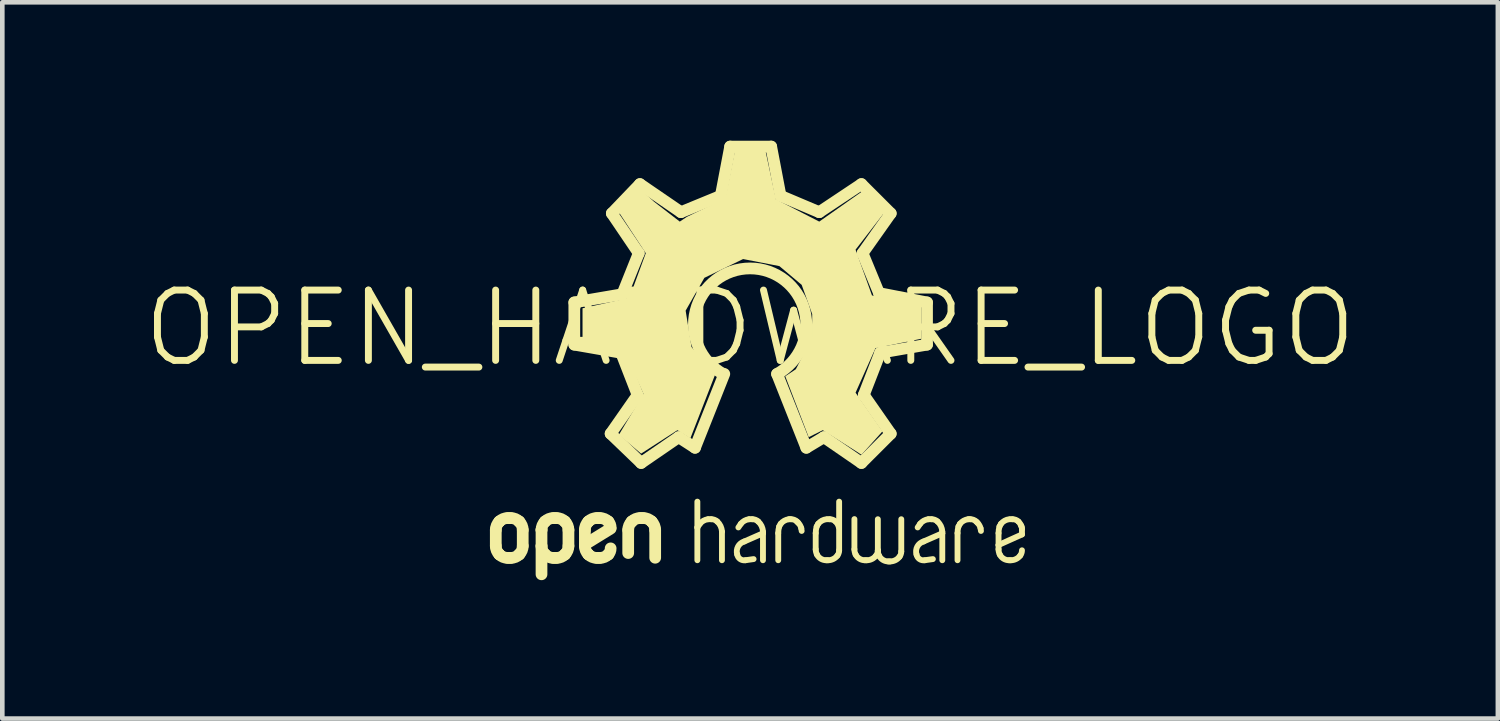
<source format=kicad_pcb>
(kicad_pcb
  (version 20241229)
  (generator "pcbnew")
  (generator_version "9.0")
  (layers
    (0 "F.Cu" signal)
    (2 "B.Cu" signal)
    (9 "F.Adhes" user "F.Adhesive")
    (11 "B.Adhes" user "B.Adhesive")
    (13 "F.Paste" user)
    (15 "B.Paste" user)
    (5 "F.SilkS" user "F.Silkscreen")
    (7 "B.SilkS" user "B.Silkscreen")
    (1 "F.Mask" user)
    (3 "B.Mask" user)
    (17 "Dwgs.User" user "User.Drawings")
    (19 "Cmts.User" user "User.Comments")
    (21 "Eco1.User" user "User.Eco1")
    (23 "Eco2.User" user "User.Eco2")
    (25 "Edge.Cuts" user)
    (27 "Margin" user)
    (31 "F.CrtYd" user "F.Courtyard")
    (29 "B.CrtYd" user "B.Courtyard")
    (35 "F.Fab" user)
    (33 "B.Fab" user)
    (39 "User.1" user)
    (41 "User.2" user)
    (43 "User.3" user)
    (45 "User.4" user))
  (footprint "OPEN_HARDWARE_LOGO"
    (layer "F.Cu")
    (at 13.208 4.064)
    (property "Reference" "OPEN_HARDWARE_LOGO" (at 0 0 0) (layer "F.SilkS") (effects (font (size 1.524 1.524) (thickness 0.15))))
    (attr through_hole)
    (fp_line (start -5.512 4.721) (end -5.512 4.372) (stroke (width 0.254) (type solid)) (layer "F.SilkS"))
    (fp_line (start -5.437 4.193) (end -5.434 4.189) (stroke (width 0.254) (type solid)) (layer "F.SilkS"))
    (fp_line (start -5.434 4.904) (end -5.437 4.9) (stroke (width 0.254) (type solid)) (layer "F.SilkS"))
    (fp_line (start -5.254 4.115) (end -5.185 4.115) (stroke (width 0.254) (type solid)) (layer "F.SilkS"))
    (fp_line (start -5.185 4.978) (end -5.254 4.978) (stroke (width 0.254) (type solid)) (layer "F.SilkS"))
    (fp_line (start -5.006 4.189) (end -5.002 4.193) (stroke (width 0.254) (type solid)) (layer "F.SilkS"))
    (fp_line (start -5.002 4.9) (end -5.006 4.904) (stroke (width 0.254) (type solid)) (layer "F.SilkS"))
    (fp_line (start -4.928 4.372) (end -4.928 4.721) (stroke (width 0.254) (type solid)) (layer "F.SilkS"))
    (fp_line (start -4.521 4.369) (end -4.521 4.372) (stroke (width 0.254) (type solid)) (layer "F.SilkS"))
    (fp_line (start -4.521 4.721) (end -4.521 4.372) (stroke (width 0.254) (type solid)) (layer "F.SilkS"))
    (fp_line (start -4.521 4.721) (end -4.521 5.334) (stroke (width 0.254) (type solid)) (layer "F.SilkS"))
    (fp_line (start -4.447 4.193) (end -4.443 4.189) (stroke (width 0.254) (type solid)) (layer "F.SilkS"))
    (fp_line (start -4.443 4.904) (end -4.447 4.9) (stroke (width 0.254) (type solid)) (layer "F.SilkS"))
    (fp_line (start -4.264 4.115) (end -4.195 4.115) (stroke (width 0.254) (type solid)) (layer "F.SilkS"))
    (fp_line (start -4.195 4.978) (end -4.264 4.978) (stroke (width 0.254) (type solid)) (layer "F.SilkS"))
    (fp_line (start -4.015 4.189) (end -4.011 4.193) (stroke (width 0.254) (type solid)) (layer "F.SilkS"))
    (fp_line (start -4.011 4.9) (end -4.015 4.904) (stroke (width 0.254) (type solid)) (layer "F.SilkS"))
    (fp_line (start -3.937 4.372) (end -3.937 4.721) (stroke (width 0.254) (type solid)) (layer "F.SilkS"))
    (fp_line (start -3.81 -0.559) (end -2.769 -0.737) (stroke (width 0.254) (type solid)) (layer "F.SilkS"))
    (fp_line (start -3.81 0.356) (end -3.81 -0.559) (stroke (width 0.254) (type solid)) (layer "F.SilkS"))
    (fp_line (start -3.581 4.721) (end -3.581 4.372) (stroke (width 0.254) (type solid)) (layer "F.SilkS"))
    (fp_line (start -3.507 4.193) (end -3.503 4.189) (stroke (width 0.254) (type solid)) (layer "F.SilkS"))
    (fp_line (start -3.503 4.904) (end -3.507 4.9) (stroke (width 0.254) (type solid)) (layer "F.SilkS"))
    (fp_line (start -3.324 4.115) (end -3.255 4.115) (stroke (width 0.254) (type solid)) (layer "F.SilkS"))
    (fp_line (start -3.255 4.978) (end -3.324 4.978) (stroke (width 0.254) (type solid)) (layer "F.SilkS"))
    (fp_line (start -3.075 4.189) (end -3.072 4.193) (stroke (width 0.254) (type solid)) (layer "F.SilkS"))
    (fp_line (start -3.072 4.9) (end -3.075 4.904) (stroke (width 0.254) (type solid)) (layer "F.SilkS"))
    (fp_line (start -3.023 2.286) (end -2.438 1.448) (stroke (width 0.254) (type solid)) (layer "F.SilkS"))
    (fp_line (start -3.023 4.343) (end -3.56 4.674) (stroke (width 0.254) (type solid)) (layer "F.SilkS"))
    (fp_line (start -2.997 -2.489) (end -2.388 -3.124) (stroke (width 0.254) (type solid)) (layer "F.SilkS"))
    (fp_line (start -2.794 0.533) (end -3.81 0.356) (stroke (width 0.254) (type solid)) (layer "F.SilkS"))
    (fp_line (start -2.769 -0.737) (end -2.413 -1.626) (stroke (width 0.254) (type solid)) (layer "F.SilkS"))
    (fp_line (start -2.642 4.873) (end -2.642 4.372) (stroke (width 0.254) (type solid)) (layer "F.SilkS"))
    (fp_line (start -2.567 4.193) (end -2.564 4.189) (stroke (width 0.254) (type solid)) (layer "F.SilkS"))
    (fp_line (start -2.438 1.448) (end -2.794 0.533) (stroke (width 0.254) (type solid)) (layer "F.SilkS"))
    (fp_line (start -2.413 -1.626) (end -2.997 -2.489) (stroke (width 0.254) (type solid)) (layer "F.SilkS"))
    (fp_line (start -2.388 -3.124) (end -1.499 -2.515) (stroke (width 0.254) (type solid)) (layer "F.SilkS"))
    (fp_line (start -2.384 4.115) (end -2.315 4.115) (stroke (width 0.254) (type solid)) (layer "F.SilkS"))
    (fp_line (start -2.362 2.921) (end -3.023 2.286) (stroke (width 0.254) (type solid)) (layer "F.SilkS"))
    (fp_line (start -2.135 4.189) (end -2.132 4.193) (stroke (width 0.254) (type solid)) (layer "F.SilkS"))
    (fp_line (start -2.057 4.372) (end -2.057 4.975) (stroke (width 0.254) (type solid)) (layer "F.SilkS"))
    (fp_line (start -1.549 2.362) (end -2.362 2.921) (stroke (width 0.254) (type solid)) (layer "F.SilkS"))
    (fp_line (start -1.499 -2.515) (end -0.635 -2.87) (stroke (width 0.254) (type solid)) (layer "F.SilkS"))
    (fp_line (start -1.194 2.591) (end -1.549 2.362) (stroke (width 0.254) (type solid)) (layer "F.SilkS"))
    (fp_line (start -1.143 4.318) (end -1.143 3.759) (stroke (width 0.127) (type solid)) (layer "F.SilkS"))
    (fp_line (start -1.143 5.029) (end -1.143 4.318) (stroke (width 0.127) (type solid)) (layer "F.SilkS"))
    (fp_line (start -1.09 4.24) (end -1.143 4.318) (stroke (width 0.127) (type solid)) (layer "F.SilkS"))
    (fp_line (start -0.842 4.14) (end -0.911 4.14) (stroke (width 0.127) (type solid)) (layer "F.SilkS"))
    (fp_line (start -0.635 -2.87) (end -0.432 -3.937) (stroke (width 0.254) (type solid)) (layer "F.SilkS"))
    (fp_line (start -0.61 5.029) (end -0.61 4.407) (stroke (width 0.127) (type solid)) (layer "F.SilkS"))
    (fp_line (start -0.559 0.991) (end -1.194 2.591) (stroke (width 0.254) (type solid)) (layer "F.SilkS"))
    (fp_line (start -0.432 -3.937) (end 0.457 -3.937) (stroke (width 0.254) (type solid)) (layer "F.SilkS"))
    (fp_line (start -0.201 4.24) (end -0.254 4.318) (stroke (width 0.127) (type solid)) (layer "F.SilkS"))
    (fp_line (start -0.127 4.623) (end 0.279 4.445) (stroke (width 0.127) (type solid)) (layer "F.SilkS"))
    (fp_line (start -0.102 5.029) (end 0.076 5.004) (stroke (width 0.127) (type solid)) (layer "F.SilkS"))
    (fp_line (start 0.047 4.14) (end -0.022 4.14) (stroke (width 0.127) (type solid)) (layer "F.SilkS"))
    (fp_line (start 0.279 4.445) (end 0.279 4.407) (stroke (width 0.127) (type solid)) (layer "F.SilkS"))
    (fp_line (start 0.279 5.029) (end 0.279 4.445) (stroke (width 0.127) (type solid)) (layer "F.SilkS"))
    (fp_line (start 0.457 -3.937) (end 0.66 -2.87) (stroke (width 0.254) (type solid)) (layer "F.SilkS"))
    (fp_line (start 0.61 4.442) (end 0.61 5.029) (stroke (width 0.127) (type solid)) (layer "F.SilkS"))
    (fp_line (start 0.66 -2.87) (end 1.499 -2.515) (stroke (width 0.254) (type solid)) (layer "F.SilkS"))
    (fp_line (start 0.662 4.24) (end 0.63 4.299) (stroke (width 0.127) (type solid)) (layer "F.SilkS"))
    (fp_line (start 0.885 4.14) (end 0.842 4.14) (stroke (width 0.127) (type solid)) (layer "F.SilkS"))
    (fp_line (start 1.016 4.191) (end 1.042 4.218) (stroke (width 0.127) (type solid)) (layer "F.SilkS"))
    (fp_line (start 1.109 4.336) (end 1.118 4.394) (stroke (width 0.127) (type solid)) (layer "F.SilkS"))
    (fp_line (start 1.219 2.591) (end 0.584 0.991) (stroke (width 0.254) (type solid)) (layer "F.SilkS"))
    (fp_line (start 1.422 4.442) (end 1.422 4.791) (stroke (width 0.127) (type solid)) (layer "F.SilkS"))
    (fp_line (start 1.475 4.24) (end 1.443 4.299) (stroke (width 0.127) (type solid)) (layer "F.SilkS"))
    (fp_line (start 1.499 -2.515) (end 2.413 -3.124) (stroke (width 0.254) (type solid)) (layer "F.SilkS"))
    (fp_line (start 1.6 2.362) (end 1.219 2.591) (stroke (width 0.254) (type solid)) (layer "F.SilkS"))
    (fp_line (start 1.65 5.029) (end 1.689 5.029) (stroke (width 0.127) (type solid)) (layer "F.SilkS"))
    (fp_line (start 1.724 4.14) (end 1.68 4.14) (stroke (width 0.127) (type solid)) (layer "F.SilkS"))
    (fp_line (start 1.93 4.813) (end 1.93 3.759) (stroke (width 0.127) (type solid)) (layer "F.SilkS"))
    (fp_line (start 2.261 4.137) (end 2.261 4.791) (stroke (width 0.127) (type solid)) (layer "F.SilkS"))
    (fp_line (start 2.413 -3.124) (end 3.048 -2.489) (stroke (width 0.254) (type solid)) (layer "F.SilkS"))
    (fp_line (start 2.413 2.921) (end 1.6 2.362) (stroke (width 0.254) (type solid)) (layer "F.SilkS"))
    (fp_line (start 2.438 -1.626) (end 2.794 -0.762) (stroke (width 0.254) (type solid)) (layer "F.SilkS"))
    (fp_line (start 2.464 1.448) (end 3.048 2.286) (stroke (width 0.254) (type solid)) (layer "F.SilkS"))
    (fp_line (start 2.488 5.029) (end 2.527 5.029) (stroke (width 0.127) (type solid)) (layer "F.SilkS"))
    (fp_line (start 2.769 4.14) (end 2.769 4.813) (stroke (width 0.127) (type solid)) (layer "F.SilkS"))
    (fp_line (start 2.769 4.813) (end 2.769 4.817) (stroke (width 0.127) (type solid)) (layer "F.SilkS"))
    (fp_line (start 2.794 -0.762) (end 3.835 -0.559) (stroke (width 0.254) (type solid)) (layer "F.SilkS"))
    (fp_line (start 2.819 0.533) (end 2.464 1.448) (stroke (width 0.254) (type solid)) (layer "F.SilkS"))
    (fp_line (start 2.996 5.055) (end 3.035 5.055) (stroke (width 0.127) (type solid)) (layer "F.SilkS"))
    (fp_line (start 3.048 -2.489) (end 2.438 -1.626) (stroke (width 0.254) (type solid)) (layer "F.SilkS"))
    (fp_line (start 3.048 2.286) (end 2.413 2.921) (stroke (width 0.254) (type solid)) (layer "F.SilkS"))
    (fp_line (start 3.277 4.839) (end 3.277 4.14) (stroke (width 0.127) (type solid)) (layer "F.SilkS"))
    (fp_line (start 3.685 4.24) (end 3.632 4.318) (stroke (width 0.127) (type solid)) (layer "F.SilkS"))
    (fp_line (start 3.759 4.623) (end 4.166 4.445) (stroke (width 0.127) (type solid)) (layer "F.SilkS"))
    (fp_line (start 3.785 5.029) (end 3.962 5.004) (stroke (width 0.127) (type solid)) (layer "F.SilkS"))
    (fp_line (start 3.835 -0.559) (end 3.835 0.356) (stroke (width 0.254) (type solid)) (layer "F.SilkS"))
    (fp_line (start 3.835 0.356) (end 2.819 0.533) (stroke (width 0.254) (type solid)) (layer "F.SilkS"))
    (fp_line (start 3.933 4.14) (end 3.864 4.14) (stroke (width 0.127) (type solid)) (layer "F.SilkS"))
    (fp_line (start 4.166 4.445) (end 4.166 4.407) (stroke (width 0.127) (type solid)) (layer "F.SilkS"))
    (fp_line (start 4.166 5.029) (end 4.166 4.445) (stroke (width 0.127) (type solid)) (layer "F.SilkS"))
    (fp_line (start 4.496 4.442) (end 4.496 5.029) (stroke (width 0.127) (type solid)) (layer "F.SilkS"))
    (fp_line (start 4.548 4.24) (end 4.516 4.299) (stroke (width 0.127) (type solid)) (layer "F.SilkS"))
    (fp_line (start 4.772 4.14) (end 4.728 4.14) (stroke (width 0.127) (type solid)) (layer "F.SilkS"))
    (fp_line (start 4.902 4.191) (end 4.929 4.218) (stroke (width 0.127) (type solid)) (layer "F.SilkS"))
    (fp_line (start 4.995 4.336) (end 5.004 4.394) (stroke (width 0.127) (type solid)) (layer "F.SilkS"))
    (fp_line (start 5.385 4.442) (end 5.385 4.699) (stroke (width 0.127) (type solid)) (layer "F.SilkS"))
    (fp_line (start 5.385 4.699) (end 5.385 4.791) (stroke (width 0.127) (type solid)) (layer "F.SilkS"))
    (fp_line (start 5.385 4.699) (end 5.893 4.47) (stroke (width 0.127) (type solid)) (layer "F.SilkS"))
    (fp_line (start 5.437 4.24) (end 5.405 4.299) (stroke (width 0.127) (type solid)) (layer "F.SilkS"))
    (fp_line (start 5.613 5.029) (end 5.652 5.029) (stroke (width 0.127) (type solid)) (layer "F.SilkS"))
    (fp_line (start 5.686 4.14) (end 5.642 4.14) (stroke (width 0.127) (type solid)) (layer "F.SilkS"))
    (fp_line (start 5.893 4.47) (end 5.893 4.354) (stroke (width 0.127) (type solid)) (layer "F.SilkS"))
    (fp_arc (start -5.5118 4.3724) (mid -5.492462 4.2752) (end -5.4374 4.192799) (stroke (width 0.254) (type solid)) (layer "F.SilkS"))
    (fp_arc (start -5.4374 4.9004) (mid -5.492462 4.817999) (end -5.5118 4.720799) (stroke (width 0.254) (type solid)) (layer "F.SilkS"))
    (fp_arc (start -5.4338 4.1892) (mid -5.351403 4.13413) (end -5.254201 4.1148) (stroke (width 0.254) (type solid)) (layer "F.SilkS"))
    (fp_arc (start -5.2542 4.9784) (mid -5.351403 4.95907) (end -5.4338 4.904) (stroke (width 0.254) (type solid)) (layer "F.SilkS"))
    (fp_arc (start -5.1852 4.1148) (mid -5.087998 4.13413) (end -5.0056 4.189199) (stroke (width 0.254) (type solid)) (layer "F.SilkS"))
    (fp_arc (start -5.0056 4.904) (mid -5.087997 4.959069) (end -5.1852 4.978399) (stroke (width 0.254) (type solid)) (layer "F.SilkS"))
    (fp_arc (start -5.002 4.1928) (mid -4.946938 4.275201) (end -4.9276 4.3724) (stroke (width 0.254) (type solid)) (layer "F.SilkS"))
    (fp_arc (start -4.9276 4.7208) (mid -4.946938 4.818) (end -5.002001 4.9004) (stroke (width 0.254) (type solid)) (layer "F.SilkS"))
    (fp_arc (start -4.5212 4.3724) (mid -4.501862 4.2752) (end -4.4468 4.192799) (stroke (width 0.254) (type solid)) (layer "F.SilkS"))
    (fp_arc (start -4.4468 4.9004) (mid -4.501862 4.817999) (end -4.5212 4.720799) (stroke (width 0.254) (type solid)) (layer "F.SilkS"))
    (fp_arc (start -4.4432 4.1892) (mid -4.360803 4.13413) (end -4.263601 4.1148) (stroke (width 0.254) (type solid)) (layer "F.SilkS"))
    (fp_arc (start -4.2636 4.9784) (mid -4.360803 4.95907) (end -4.4432 4.904) (stroke (width 0.254) (type solid)) (layer "F.SilkS"))
    (fp_arc (start -4.1946 4.1148) (mid -4.097398 4.13413) (end -4.015 4.189199) (stroke (width 0.254) (type solid)) (layer "F.SilkS"))
    (fp_arc (start -4.015 4.904) (mid -4.097397 4.959069) (end -4.1946 4.978399) (stroke (width 0.254) (type solid)) (layer "F.SilkS"))
    (fp_arc (start -4.0114 4.1928) (mid -3.956338 4.275201) (end -3.937 4.3724) (stroke (width 0.254) (type solid)) (layer "F.SilkS"))
    (fp_arc (start -3.937 4.7208) (mid -3.956338 4.818) (end -4.011401 4.9004) (stroke (width 0.254) (type solid)) (layer "F.SilkS"))
    (fp_arc (start -3.5814 4.3724) (mid -3.562062 4.2752) (end -3.507 4.192799) (stroke (width 0.254) (type solid)) (layer "F.SilkS"))
    (fp_arc (start -3.507 4.9004) (mid -3.562062 4.817999) (end -3.5814 4.720799) (stroke (width 0.254) (type solid)) (layer "F.SilkS"))
    (fp_arc (start -3.5034 4.1892) (mid -3.421003 4.13413) (end -3.323801 4.1148) (stroke (width 0.254) (type solid)) (layer "F.SilkS"))
    (fp_arc (start -3.3238 4.9784) (mid -3.421003 4.95907) (end -3.5034 4.904) (stroke (width 0.254) (type solid)) (layer "F.SilkS"))
    (fp_arc (start -3.2548 4.1148) (mid -3.157598 4.13413) (end -3.0752 4.189199) (stroke (width 0.254) (type solid)) (layer "F.SilkS"))
    (fp_arc (start -3.0752 4.904) (mid -3.157597 4.959069) (end -3.2548 4.978399) (stroke (width 0.254) (type solid)) (layer "F.SilkS"))
    (fp_arc (start -3.0716 4.1928) (mid -3.034292 4.252327) (end -3.0226 4.3216) (stroke (width 0.254) (type solid)) (layer "F.SilkS"))
    (fp_arc (start -3.0226 4.7716) (mid -3.034292 4.840873) (end -3.0716 4.9004) (stroke (width 0.254) (type solid)) (layer "F.SilkS"))
    (fp_arc (start -2.6416 4.3724) (mid -2.622262 4.2752) (end -2.5672 4.192799) (stroke (width 0.254) (type solid)) (layer "F.SilkS"))
    (fp_arc (start -2.5636 4.1892) (mid -2.481203 4.13413) (end -2.384001 4.1148) (stroke (width 0.254) (type solid)) (layer "F.SilkS"))
    (fp_arc (start -2.315 4.1148) (mid -2.217798 4.13413) (end -2.1354 4.189199) (stroke (width 0.254) (type solid)) (layer "F.SilkS"))
    (fp_arc (start -2.1318 4.1928) (mid -2.076738 4.275201) (end -2.0574 4.3724) (stroke (width 0.254) (type solid)) (layer "F.SilkS"))
    (fp_arc (start -1.0904 4.240001) (mid -1.010526 4.172238) (end -0.9108 4.1402) (stroke (width 0.127) (type solid)) (layer "F.SilkS"))
    (fp_arc (start -0.8418 4.1402) (mid -0.772521 4.151877) (end -0.713 4.1892) (stroke (width 0.127) (type solid)) (layer "F.SilkS"))
    (fp_arc (start -0.713 4.1892) (mid -0.639565 4.287946) (end -0.6096 4.4073) (stroke (width 0.127) (type solid)) (layer "F.SilkS"))
    (fp_arc (start -0.5842 0.9906) (mid 0 -1.296427) (end 0.584199 0.9906) (stroke (width 0.254) (type solid)) (layer "F.SilkS"))
    (fp_arc (start -0.279399 4.902201) (mid -0.261065 4.730938) (end -0.127 4.6228) (stroke (width 0.127) (type solid)) (layer "F.SilkS"))
    (fp_arc (start -0.2014 4.24) (mid -0.121526 4.172238) (end -0.0218 4.1402) (stroke (width 0.127) (type solid)) (layer "F.SilkS"))
    (fp_arc (start -0.1016 5.0292) (mid -0.216803 5.002524) (end -0.2794 4.9022) (stroke (width 0.127) (type solid)) (layer "F.SilkS"))
    (fp_arc (start 0.0472 4.1402) (mid 0.116478 4.151877) (end 0.176 4.1892) (stroke (width 0.127) (type solid)) (layer "F.SilkS"))
    (fp_arc (start 0.176 4.1892) (mid 0.249435 4.287946) (end 0.2794 4.4073) (stroke (width 0.127) (type solid)) (layer "F.SilkS"))
    (fp_arc (start 0.6096 4.4417) (mid 0.614755 4.369519) (end 0.6301 4.2988) (stroke (width 0.127) (type solid)) (layer "F.SilkS"))
    (fp_arc (start 0.6622 4.24) (mid 0.742074 4.172238) (end 0.8418 4.1402) (stroke (width 0.127) (type solid)) (layer "F.SilkS"))
    (fp_arc (start 0.8854 4.1402) (mid 0.954678 4.151877) (end 1.0142 4.1892) (stroke (width 0.127) (type solid)) (layer "F.SilkS"))
    (fp_arc (start 1.0425 4.2175) (mid 1.083923 4.272012) (end 1.1093 4.3356) (stroke (width 0.127) (type solid)) (layer "F.SilkS"))
    (fp_arc (start 1.4224 4.4417) (mid 1.427555 4.369519) (end 1.4429 4.2988) (stroke (width 0.127) (type solid)) (layer "F.SilkS"))
    (fp_arc (start 1.4492 4.904999) (mid 1.429186 4.84976) (end 1.4224 4.7914) (stroke (width 0.127) (type solid)) (layer "F.SilkS"))
    (fp_arc (start 1.475 4.24) (mid 1.554874 4.172238) (end 1.6546 4.1402) (stroke (width 0.127) (type solid)) (layer "F.SilkS"))
    (fp_arc (start 1.6502 5.0292) (mid 1.532057 4.995652) (end 1.4492 4.905) (stroke (width 0.127) (type solid)) (layer "F.SilkS"))
    (fp_arc (start 1.7236 4.1402) (mid 1.792878 4.151877) (end 1.8524 4.1892) (stroke (width 0.127) (type solid)) (layer "F.SilkS"))
    (fp_arc (start 1.8553 4.1921) (mid 1.896723 4.246612) (end 1.9221 4.3102) (stroke (width 0.127) (type solid)) (layer "F.SilkS"))
    (fp_arc (start 1.8923 4.927599) (mid 1.802692 5.002384) (end 1.6891 5.0292) (stroke (width 0.127) (type solid)) (layer "F.SilkS"))
    (fp_arc (start 1.9304 4.8133) (mid 1.92064 4.873547) (end 1.8923 4.9276) (stroke (width 0.127) (type solid)) (layer "F.SilkS"))
    (fp_arc (start 2.2874 4.904999) (mid 2.267386 4.84976) (end 2.2606 4.7914) (stroke (width 0.127) (type solid)) (layer "F.SilkS"))
    (fp_arc (start 2.4884 5.0292) (mid 2.370257 4.995652) (end 2.2874 4.905) (stroke (width 0.127) (type solid)) (layer "F.SilkS"))
    (fp_arc (start 2.7305 4.927599) (mid 2.640892 5.002384) (end 2.5273 5.0292) (stroke (width 0.127) (type solid)) (layer "F.SilkS"))
    (fp_arc (start 2.7686 4.8133) (mid 2.75884 4.873547) (end 2.7305 4.9276) (stroke (width 0.127) (type solid)) (layer "F.SilkS"))
    (fp_arc (start 2.7954 4.930399) (mid 2.775386 4.87516) (end 2.7686 4.8168) (stroke (width 0.127) (type solid)) (layer "F.SilkS"))
    (fp_arc (start 2.9964 5.0546) (mid 2.878257 5.021052) (end 2.7954 4.9304) (stroke (width 0.127) (type solid)) (layer "F.SilkS"))
    (fp_arc (start 3.2385 4.952999) (mid 3.148892 5.027784) (end 3.0353 5.0546) (stroke (width 0.127) (type solid)) (layer "F.SilkS"))
    (fp_arc (start 3.2766 4.8387) (mid 3.26684 4.898947) (end 3.2385 4.953) (stroke (width 0.127) (type solid)) (layer "F.SilkS"))
    (fp_arc (start 3.6068 4.9022) (mid 3.625134 4.730937) (end 3.7592 4.6228) (stroke (width 0.127) (type solid)) (layer "F.SilkS"))
    (fp_arc (start 3.6848 4.24) (mid 3.764674 4.172238) (end 3.8644 4.1402) (stroke (width 0.127) (type solid)) (layer "F.SilkS"))
    (fp_arc (start 3.7846 5.0292) (mid 3.669397 5.002524) (end 3.6068 4.9022) (stroke (width 0.127) (type solid)) (layer "F.SilkS"))
    (fp_arc (start 3.9334 4.1402) (mid 4.002678 4.151877) (end 4.0622 4.1892) (stroke (width 0.127) (type solid)) (layer "F.SilkS"))
    (fp_arc (start 4.0622 4.189199) (mid 4.135635 4.287945) (end 4.1656 4.4073) (stroke (width 0.127) (type solid)) (layer "F.SilkS"))
    (fp_arc (start 4.4958 4.4417) (mid 4.500955 4.369519) (end 4.5163 4.2988) (stroke (width 0.127) (type solid)) (layer "F.SilkS"))
    (fp_arc (start 4.5484 4.24) (mid 4.628274 4.172238) (end 4.728 4.1402) (stroke (width 0.127) (type solid)) (layer "F.SilkS"))
    (fp_arc (start 4.7716 4.1402) (mid 4.840878 4.151877) (end 4.9004 4.1892) (stroke (width 0.127) (type solid)) (layer "F.SilkS"))
    (fp_arc (start 4.9287 4.2175) (mid 4.970123 4.272012) (end 4.9955 4.3356) (stroke (width 0.127) (type solid)) (layer "F.SilkS"))
    (fp_arc (start 5.3848 4.4417) (mid 5.389955 4.369519) (end 5.4053 4.2988) (stroke (width 0.127) (type solid)) (layer "F.SilkS"))
    (fp_arc (start 5.4116 4.904999) (mid 5.391586 4.84976) (end 5.3848 4.7914) (stroke (width 0.127) (type solid)) (layer "F.SilkS"))
    (fp_arc (start 5.4374 4.24) (mid 5.517274 4.172238) (end 5.617 4.1402) (stroke (width 0.127) (type solid)) (layer "F.SilkS"))
    (fp_arc (start 5.6126 5.0292) (mid 5.494457 4.995652) (end 5.4116 4.905) (stroke (width 0.127) (type solid)) (layer "F.SilkS"))
    (fp_arc (start 5.686 4.1402) (mid 5.755278 4.151877) (end 5.8148 4.1892) (stroke (width 0.127) (type solid)) (layer "F.SilkS"))
    (fp_arc (start 5.8177 4.1921) (mid 5.859123 4.246612) (end 5.8845 4.3102) (stroke (width 0.127) (type solid)) (layer "F.SilkS"))
    (fp_arc (start 5.8547 4.927599) (mid 5.765092 5.002384) (end 5.6515 5.0292) (stroke (width 0.127) (type solid)) (layer "F.SilkS"))
    (fp_arc (start 5.8674 4.2672) (mid 5.888742 4.308018) (end 5.8928 4.3539) (stroke (width 0.127) (type solid)) (layer "F.SilkS"))
    (fp_arc (start 5.8928 4.8133) (mid 5.88304 4.873547) (end 5.8547 4.9276) (stroke (width 0.127) (type solid)) (layer "F.SilkS"))
    (fp_poly (pts (xy -2.438 -2.972) (xy -2.845 -2.515) (xy -2.261 -1.626) (xy -2.616 -0.66) (xy -3.632 -0.432) (xy -3.632 0.254) (xy -2.743 0.457) (xy -2.311 1.422) (xy -2.845 2.311) (xy -2.362 2.718) (xy -1.575 2.21) (xy -1.295 2.388) (xy -0.762 1.016) (xy -1.27 0.406) (xy -1.397 -0.381) (xy -0.991 -1.092) (xy -0.152 -1.499) (xy 0.635 -1.346) (xy 1.118 -0.94) (xy 1.346 -0.305) (xy 1.346 0.203) (xy 0.991 0.889) (xy 0.762 1.041) (xy 1.27 2.362) (xy 1.575 2.21) (xy 2.337 2.692) (xy 2.413 2.743) (xy 2.87 2.235) (xy 2.286 1.397) (xy 2.718 0.432) (xy 3.708 0.229) (xy 3.708 -0.483) (xy 2.642 -0.711) (xy 2.286 -1.702) (xy 2.896 -2.489) (xy 2.438 -2.972) (xy 1.499 -2.311) (xy 0.559 -2.794) (xy 0.33 -3.861) (xy -0.33 -3.835) (xy -0.533 -2.819) (xy -1.372 -2.413) (xy -1.524 -2.311) (xy -2.083 -2.743) (xy -2.362 -2.997)) (stroke (width 0) (type solid)) (fill yes) (layer "F.SilkS")))
  (gr_rect
    (start -3 -3)
    (end 29.416 12.525)
    (stroke (width 0.1) (type default))
    (fill no)
    (layer "Edge.Cuts")))
</source>
